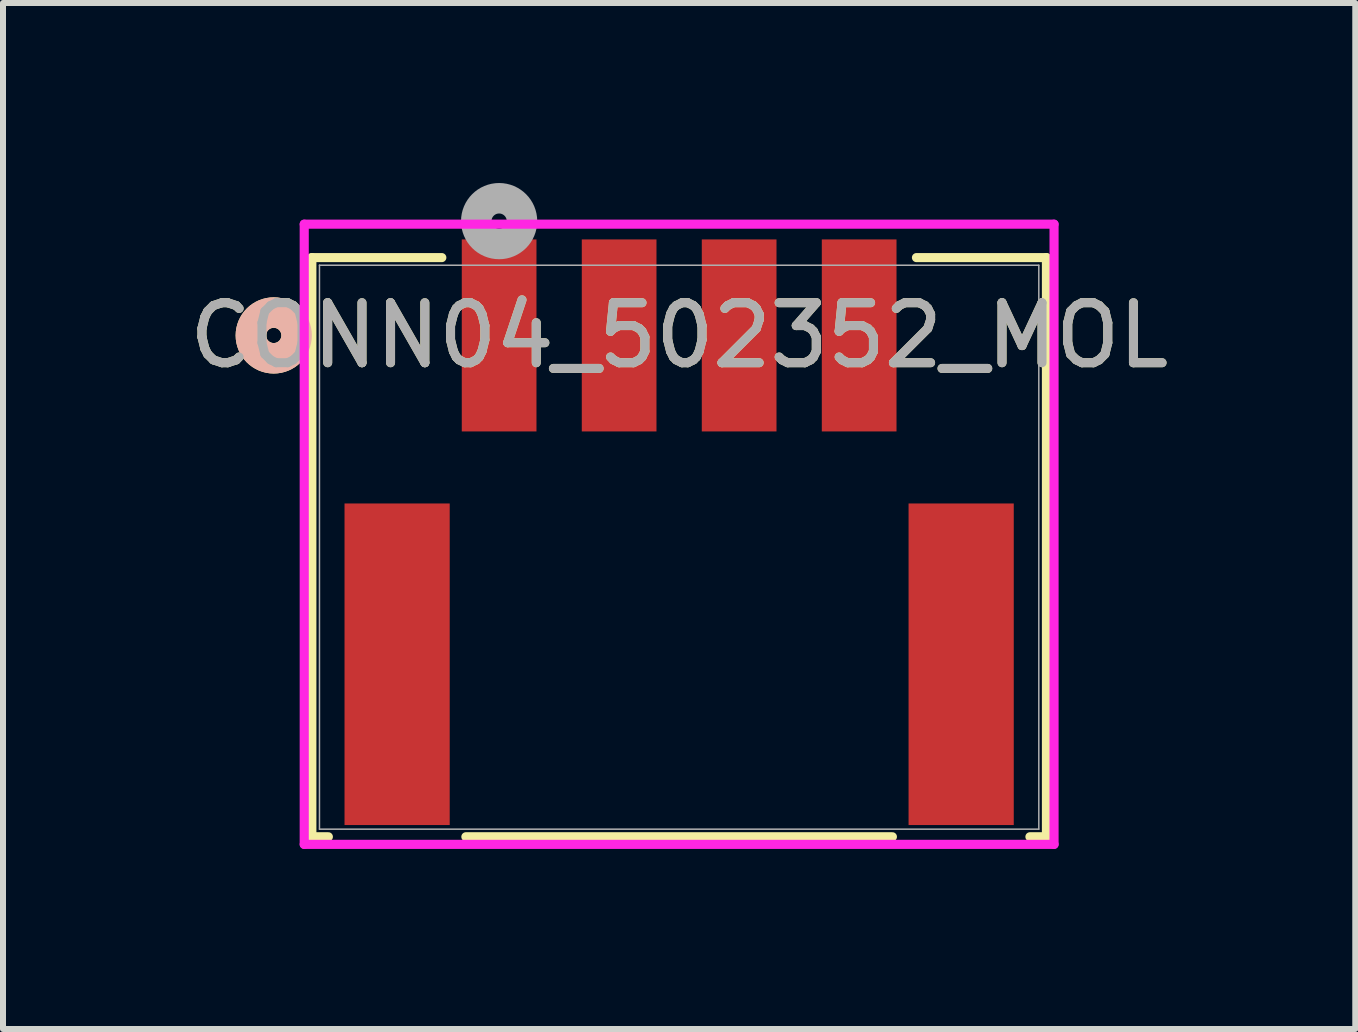
<source format=kicad_pcb>
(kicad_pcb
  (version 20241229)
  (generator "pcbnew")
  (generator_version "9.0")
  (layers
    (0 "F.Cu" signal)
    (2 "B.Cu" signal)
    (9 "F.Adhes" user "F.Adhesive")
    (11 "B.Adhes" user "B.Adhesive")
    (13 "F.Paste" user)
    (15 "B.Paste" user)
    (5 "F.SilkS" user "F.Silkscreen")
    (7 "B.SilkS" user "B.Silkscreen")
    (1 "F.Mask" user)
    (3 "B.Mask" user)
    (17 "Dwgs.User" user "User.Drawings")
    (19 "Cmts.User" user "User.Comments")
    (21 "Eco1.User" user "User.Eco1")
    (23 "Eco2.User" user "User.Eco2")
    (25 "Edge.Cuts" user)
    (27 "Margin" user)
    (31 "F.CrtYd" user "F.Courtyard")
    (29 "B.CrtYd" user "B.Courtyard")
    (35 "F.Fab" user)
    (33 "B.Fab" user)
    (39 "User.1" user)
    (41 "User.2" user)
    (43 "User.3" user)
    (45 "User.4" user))
  (footprint "CONN04_502352_MOL"
    (layer "F.Cu")
    (at 8.268 6.069)
    (property "Reference" "CONN04_502352_MOL" (at 0 -3.529 0) (unlocked yes) (layer "F.SilkS") (effects (font (size 1 1) (thickness 0.15))))
    (attr smd)
    (fp_line (start -6.121 -4.826) (end -6.121 4.826) (stroke (width 0.152) (type solid)) (layer "F.SilkS"))
    (fp_line (start -6.121 4.826) (end -5.846 4.826) (stroke (width 0.152) (type solid)) (layer "F.SilkS"))
    (fp_line (start -3.955 -4.826) (end -6.121 -4.826) (stroke (width 0.152) (type solid)) (layer "F.SilkS"))
    (fp_line (start -3.554 4.826) (end 3.554 4.826) (stroke (width 0.152) (type solid)) (layer "F.SilkS"))
    (fp_line (start 5.846 4.826) (end 6.121 4.826) (stroke (width 0.152) (type solid)) (layer "F.SilkS"))
    (fp_line (start 6.121 -4.826) (end 3.955 -4.826) (stroke (width 0.152) (type solid)) (layer "F.SilkS"))
    (fp_line (start 6.121 4.826) (end 6.121 -4.826) (stroke (width 0.152) (type solid)) (layer "F.SilkS"))
    (fp_circle (center -6.756 -3.529) (end -6.375 -3.529) (stroke (width 0.508) (type solid)) (fill no) (layer "F.SilkS"))
    (fp_circle (center -6.756 -3.529) (end -6.375 -3.529) (stroke (width 0.508) (type solid)) (fill no) (layer "B.SilkS"))
    (fp_line (start -6.248 -5.383) (end -6.248 4.953) (stroke (width 0.152) (type solid)) (layer "F.CrtYd"))
    (fp_line (start -6.248 4.953) (end 6.248 4.953) (stroke (width 0.152) (type solid)) (layer "F.CrtYd"))
    (fp_line (start 6.248 -5.383) (end -6.248 -5.383) (stroke (width 0.152) (type solid)) (layer "F.CrtYd"))
    (fp_line (start 6.248 4.953) (end 6.248 -5.383) (stroke (width 0.152) (type solid)) (layer "F.CrtYd"))
    (fp_line (start -5.994 -4.699) (end -5.994 4.699) (stroke (width 0.025) (type solid)) (layer "F.Fab"))
    (fp_line (start -5.994 4.699) (end 5.994 4.699) (stroke (width 0.025) (type solid)) (layer "F.Fab"))
    (fp_line (start 5.994 -4.699) (end -5.994 -4.699) (stroke (width 0.025) (type solid)) (layer "F.Fab"))
    (fp_line (start 5.994 4.699) (end 5.994 -4.699) (stroke (width 0.025) (type solid)) (layer "F.Fab"))
    (fp_circle (center -3 -5.434) (end -2.619 -5.434) (stroke (width 0.508) (type solid)) (fill no) (layer "F.Fab"))
    (fp_text user "${REFERENCE}" (at 0 -3.529 0) (unlocked yes) (layer "F.Fab") (effects (font (size 1 1) (thickness 0.15))))
    (pad "1" smd rect (at -3 -3.529) (size 1.245 3.2) (layers "F.Cu" "F.Mask" "F.Paste"))
    (pad "2" smd rect (at -1 -3.529) (size 1.245 3.2) (layers "F.Cu" "F.Mask" "F.Paste"))
    (pad "3" smd rect (at 1 -3.529) (size 1.245 3.2) (layers "F.Cu" "F.Mask" "F.Paste"))
    (pad "4" smd rect (at 3 -3.529) (size 1.245 3.2) (layers "F.Cu" "F.Mask" "F.Paste"))
    (pad "5" smd rect (at -4.7 1.951) (size 1.753 5.359) (layers "F.Cu" "F.Mask" "F.Paste"))
    (pad "6" smd rect (at 4.7 1.951) (size 1.753 5.359) (layers "F.Cu" "F.Mask" "F.Paste")))
  (gr_rect
    (start -3 -3)
    (end 19.536 14.098)
    (stroke (width 0.1) (type default))
    (fill no)
    (layer "Edge.Cuts")))
</source>
